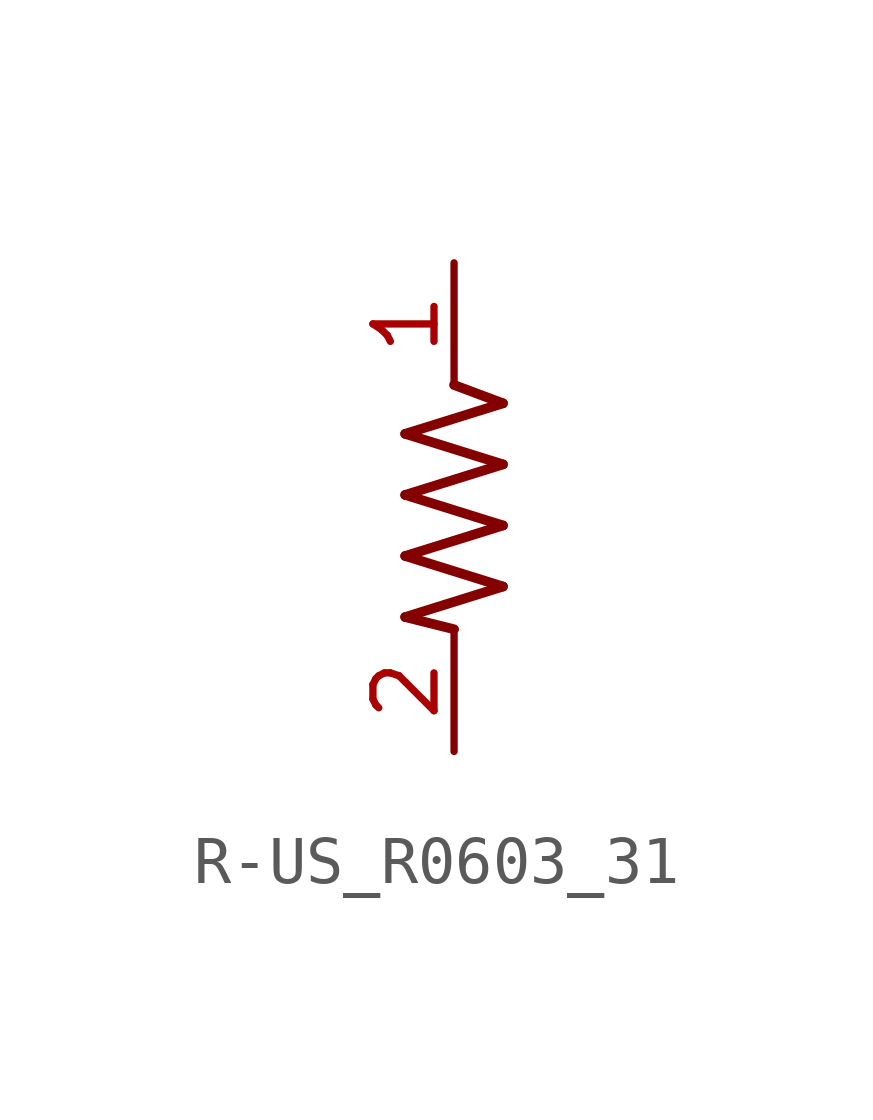
<source format=kicad_sym>
(kicad_symbol_lib
  (version 20231120)
  (generator "kicad_symbol_editor")
  (generator_version "8.0")
  (symbol "R-US_R0603_31"
    (property "Reference" "R"
      (at 0 0 0)
      (effects (font (size 1.27 1.27)) (hide yes)))
    (property "ki_locked" ""
      (at 0 0 0)
      (effects (font (size 1.27 1.27))))
    (symbol "R-US_R0603_31_1_0"
      (polyline (pts (xy -1.016 -2.286) (xy 0 -2.54)) (stroke (width 0.203) (type solid)) (fill (type none)))
      (polyline (pts (xy -1.016 -1.016) (xy 1.016 -1.651)) (stroke (width 0.203) (type solid)) (fill (type none)))
      (polyline (pts (xy -1.016 0.254) (xy 1.016 -0.381)) (stroke (width 0.203) (type solid)) (fill (type none)))
      (polyline (pts (xy -1.016 1.524) (xy 1.016 0.889)) (stroke (width 0.203) (type solid)) (fill (type none)))
      (polyline (pts (xy 0 2.54) (xy 1.016 2.159)) (stroke (width 0.203) (type solid)) (fill (type none)))
      (polyline (pts (xy 1.016 -1.651) (xy -1.016 -2.286)) (stroke (width 0.203) (type solid)) (fill (type none)))
      (polyline (pts (xy 1.016 -0.381) (xy -1.016 -1.016)) (stroke (width 0.203) (type solid)) (fill (type none)))
      (polyline (pts (xy 1.016 0.889) (xy -1.016 0.254)) (stroke (width 0.203) (type solid)) (fill (type none)))
      (polyline (pts (xy 1.016 2.159) (xy -1.016 1.524)) (stroke (width 0.203) (type solid)) (fill (type none)))
      (pin passive line (at 0 5.08 270) (length 2.54) (name "1" (effects (font (size 0 0)))) (number "1" (effects (font (size 1.27 1.27)))))
      (pin passive line (at 0 -5.08 90) (length 2.54) (name "2" (effects (font (size 0 0)))) (number "2" (effects (font (size 1.27 1.27))))))))
</source>
